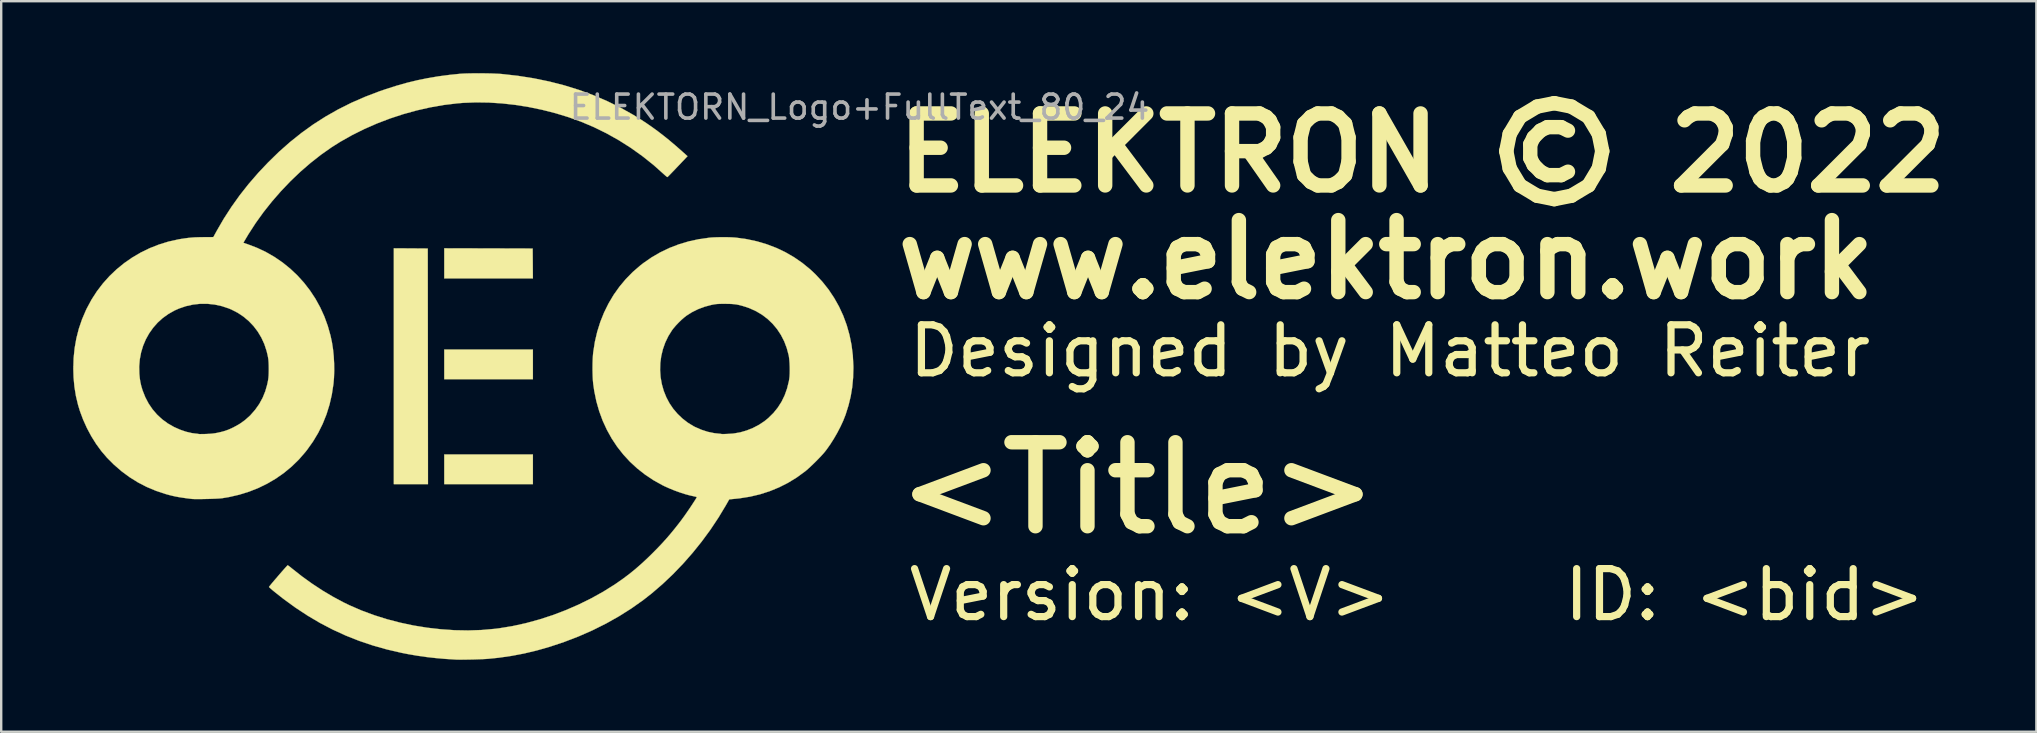
<source format=kicad_pcb>
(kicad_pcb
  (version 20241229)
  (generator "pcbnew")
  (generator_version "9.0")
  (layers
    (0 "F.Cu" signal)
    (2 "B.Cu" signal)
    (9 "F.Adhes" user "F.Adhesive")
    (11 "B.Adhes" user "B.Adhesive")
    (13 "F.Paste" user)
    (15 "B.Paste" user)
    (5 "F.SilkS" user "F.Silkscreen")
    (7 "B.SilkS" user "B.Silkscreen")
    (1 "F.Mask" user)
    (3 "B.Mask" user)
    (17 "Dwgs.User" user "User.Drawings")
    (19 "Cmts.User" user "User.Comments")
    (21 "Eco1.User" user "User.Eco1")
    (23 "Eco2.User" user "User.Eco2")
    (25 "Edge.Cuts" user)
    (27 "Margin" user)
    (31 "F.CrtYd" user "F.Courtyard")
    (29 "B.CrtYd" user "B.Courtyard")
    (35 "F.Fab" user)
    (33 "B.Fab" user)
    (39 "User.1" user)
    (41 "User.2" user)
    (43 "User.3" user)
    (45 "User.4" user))
  (footprint "ELEKTORN_Logo+FullText_80_24"
    (layer "F.Cu")
    (at 34.039 12.211)
    (property "Reference" "ELEKTORN_Logo+FullText_80_24" (at -1.27 -10.795 0) (layer "F.Fab") (effects (font (size 1 1) (thickness 0.15))))
    (attr through_hole)
    (fp_poly (pts (xy -14.882 0.542) (xy -18.576 0.542) (xy -18.576 -0.695) (xy -14.882 -0.695) (xy -14.882 0.542)) (stroke (width 0.01) (type solid)) (fill yes) (layer "F.SilkS"))
    (fp_poly (pts (xy -14.882 4.914) (xy -18.576 4.914) (xy -18.576 3.677) (xy -14.882 3.677) (xy -14.882 4.914)) (stroke (width 0.01) (type solid)) (fill yes) (layer "F.SilkS"))
    (fp_poly (pts (xy -19.97 -4.91) (xy -19.263 -4.905) (xy -19.258 0.004) (xy -19.254 4.914) (xy -20.678 4.914) (xy -20.678 -4.914) (xy -19.97 -4.91)) (stroke (width 0.01) (type solid)) (fill yes) (layer "F.SilkS"))
    (fp_poly (pts (xy -16.734 -4.91) (xy -14.891 -4.905) (xy -14.886 -4.283) (xy -14.882 -3.66) (xy -18.576 -3.66) (xy -18.576 -4.914) (xy -16.734 -4.91)) (stroke (width 0.01) (type solid)) (fill yes) (layer "F.SilkS"))
    (fp_poly (pts (xy -16.951 -12.205) (xy -16.763 -12.202) (xy -16.584 -12.198) (xy -16.419 -12.191) (xy -16.275 -12.184) (xy -16.179 -12.177) (xy -15.503 -12.101) (xy -14.843 -11.997) (xy -14.198 -11.864) (xy -13.57 -11.703) (xy -12.958 -11.513) (xy -12.365 -11.295) (xy -11.789 -11.048) (xy -11.231 -10.774) (xy -10.693 -10.472) (xy -10.414 -10.3) (xy -10.161 -10.135) (xy -9.917 -9.966) (xy -9.676 -9.791) (xy -9.436 -9.606) (xy -9.19 -9.408) (xy -8.934 -9.191) (xy -8.664 -8.954) (xy -8.53 -8.834) (xy -8.439 -8.752) (xy -8.849 -8.32) (xy -8.945 -8.219) (xy -9.034 -8.126) (xy -9.113 -8.044) (xy -9.179 -7.976) (xy -9.23 -7.925) (xy -9.263 -7.892) (xy -9.275 -7.882) (xy -9.293 -7.89) (xy -9.33 -7.917) (xy -9.377 -7.958) (xy -9.397 -7.976) (xy -9.844 -8.376) (xy -10.311 -8.749) (xy -10.796 -9.096) (xy -11.298 -9.415) (xy -11.815 -9.705) (xy -12.345 -9.965) (xy -12.886 -10.194) (xy -13.4 -10.379) (xy -13.945 -10.545) (xy -14.499 -10.686) (xy -15.056 -10.801) (xy -15.613 -10.89) (xy -16.168 -10.952) (xy -16.716 -10.987) (xy -17.254 -10.995) (xy -17.78 -10.975) (xy -18.034 -10.954) (xy -18.596 -10.886) (xy -19.161 -10.787) (xy -19.725 -10.659) (xy -20.286 -10.504) (xy -20.839 -10.322) (xy -21.381 -10.115) (xy -21.908 -9.884) (xy -22.417 -9.63) (xy -22.905 -9.355) (xy -23.27 -9.125) (xy -23.712 -8.814) (xy -24.146 -8.473) (xy -24.571 -8.105) (xy -24.982 -7.713) (xy -25.377 -7.299) (xy -25.753 -6.868) (xy -26.107 -6.423) (xy -26.436 -5.965) (xy -26.737 -5.5) (xy -26.848 -5.313) (xy -26.947 -5.144) (xy -26.765 -5.082) (xy -26.373 -4.932) (xy -25.999 -4.754) (xy -25.642 -4.548) (xy -25.305 -4.316) (xy -24.988 -4.059) (xy -24.692 -3.779) (xy -24.419 -3.477) (xy -24.169 -3.154) (xy -23.944 -2.812) (xy -23.745 -2.451) (xy -23.573 -2.074) (xy -23.43 -1.681) (xy -23.315 -1.274) (xy -23.255 -0.991) (xy -23.212 -0.715) (xy -23.182 -0.42) (xy -23.165 -0.116) (xy -23.161 0.188) (xy -23.171 0.48) (xy -23.193 0.737) (xy -23.26 1.176) (xy -23.357 1.6) (xy -23.484 2.008) (xy -23.642 2.401) (xy -23.83 2.78) (xy -24.048 3.143) (xy -24.297 3.492) (xy -24.361 3.573) (xy -24.634 3.888) (xy -24.931 4.177) (xy -25.248 4.44) (xy -25.586 4.678) (xy -25.943 4.888) (xy -26.318 5.072) (xy -26.71 5.227) (xy -27.118 5.354) (xy -27.542 5.452) (xy -27.828 5.5) (xy -27.891 5.506) (xy -27.981 5.513) (xy -28.092 5.519) (xy -28.218 5.524) (xy -28.355 5.529) (xy -28.495 5.532) (xy -28.634 5.535) (xy -28.766 5.537) (xy -28.885 5.537) (xy -28.985 5.536) (xy -29.062 5.533) (xy -29.099 5.53) (xy -29.301 5.505) (xy -29.476 5.48) (xy -29.63 5.456) (xy -29.77 5.43) (xy -29.901 5.401) (xy -30.031 5.369) (xy -30.166 5.332) (xy -30.183 5.327) (xy -30.588 5.193) (xy -30.975 5.031) (xy -31.344 4.84) (xy -31.696 4.62) (xy -32.032 4.371) (xy -32.352 4.092) (xy -32.63 3.813) (xy -32.864 3.539) (xy -33.083 3.239) (xy -33.285 2.917) (xy -33.466 2.578) (xy -33.625 2.226) (xy -33.759 1.867) (xy -33.837 1.61) (xy -33.926 1.237) (xy -33.987 0.859) (xy -34.023 0.469) (xy -34.034 0.102) (xy -34.031 0.012) (xy -31.289 0.012) (xy -31.282 0.313) (xy -31.265 0.498) (xy -31.239 0.663) (xy -31.203 0.823) (xy -31.153 0.99) (xy -31.147 1.008) (xy -31.036 1.289) (xy -30.898 1.552) (xy -30.734 1.794) (xy -30.545 2.014) (xy -30.333 2.211) (xy -30.098 2.384) (xy -29.842 2.53) (xy -29.836 2.533) (xy -29.582 2.646) (xy -29.333 2.731) (xy -29.092 2.787) (xy -28.93 2.808) (xy -28.872 2.813) (xy -28.829 2.82) (xy -28.811 2.825) (xy -28.792 2.828) (xy -28.745 2.829) (xy -28.675 2.828) (xy -28.589 2.827) (xy -28.514 2.825) (xy -28.367 2.818) (xy -28.242 2.808) (xy -28.127 2.793) (xy -28.017 2.772) (xy -27.859 2.736) (xy -27.72 2.697) (xy -27.587 2.65) (xy -27.448 2.59) (xy -27.345 2.54) (xy -27.104 2.405) (xy -26.883 2.248) (xy -26.676 2.063) (xy -26.655 2.042) (xy -26.457 1.817) (xy -26.286 1.575) (xy -26.145 1.317) (xy -26.034 1.045) (xy -25.958 0.779) (xy -25.933 0.667) (xy -25.915 0.57) (xy -25.903 0.481) (xy -25.895 0.389) (xy -25.891 0.285) (xy -25.889 0.161) (xy -25.889 0.102) (xy -25.891 -0.046) (xy -25.896 -0.169) (xy -25.905 -0.278) (xy -25.921 -0.381) (xy -25.943 -0.488) (xy -25.973 -0.608) (xy -25.982 -0.644) (xy -26.075 -0.925) (xy -26.197 -1.191) (xy -26.347 -1.441) (xy -26.522 -1.671) (xy -26.721 -1.88) (xy -26.942 -2.066) (xy -27.184 -2.227) (xy -27.444 -2.361) (xy -27.556 -2.408) (xy -27.849 -2.505) (xy -28.148 -2.57) (xy -28.449 -2.601) (xy -28.749 -2.601) (xy -29.048 -2.568) (xy -29.342 -2.502) (xy -29.63 -2.404) (xy -29.819 -2.32) (xy -30.074 -2.176) (xy -30.309 -2.007) (xy -30.521 -1.815) (xy -30.709 -1.601) (xy -30.874 -1.368) (xy -31.013 -1.118) (xy -31.125 -0.853) (xy -31.209 -0.575) (xy -31.264 -0.286) (xy -31.289 0.012) (xy -34.031 0.012) (xy -34.021 -0.335) (xy -33.978 -0.757) (xy -33.906 -1.165) (xy -33.804 -1.563) (xy -33.671 -1.953) (xy -33.506 -2.338) (xy -33.472 -2.408) (xy -33.275 -2.775) (xy -33.051 -3.122) (xy -32.801 -3.449) (xy -32.527 -3.755) (xy -32.231 -4.037) (xy -31.914 -4.296) (xy -31.577 -4.53) (xy -31.223 -4.738) (xy -30.853 -4.918) (xy -30.467 -5.07) (xy -30.069 -5.193) (xy -29.659 -5.284) (xy -29.557 -5.302) (xy -29.394 -5.327) (xy -29.248 -5.346) (xy -29.108 -5.36) (xy -28.965 -5.37) (xy -28.81 -5.375) (xy -28.631 -5.378) (xy -28.594 -5.378) (xy -28.199 -5.381) (xy -28.06 -5.635) (xy -27.762 -6.149) (xy -27.441 -6.645) (xy -27.097 -7.127) (xy -26.725 -7.598) (xy -26.324 -8.061) (xy -25.922 -8.487) (xy -25.468 -8.93) (xy -25.003 -9.341) (xy -24.525 -9.723) (xy -24.033 -10.077) (xy -23.524 -10.402) (xy -22.996 -10.702) (xy -22.449 -10.976) (xy -21.88 -11.225) (xy -21.287 -11.452) (xy -21.016 -11.545) (xy -20.567 -11.688) (xy -20.129 -11.812) (xy -19.695 -11.917) (xy -19.258 -12.006) (xy -18.811 -12.081) (xy -18.345 -12.142) (xy -17.916 -12.186) (xy -17.804 -12.193) (xy -17.665 -12.199) (xy -17.504 -12.203) (xy -17.327 -12.205) (xy -17.141 -12.206) (xy -16.951 -12.205)) (stroke (width 0.01) (type solid)) (fill yes) (layer "F.SilkS"))
    (fp_poly (pts (xy -6.79 -5.376) (xy -6.639 -5.372) (xy -6.506 -5.365) (xy -6.41 -5.357) (xy -5.969 -5.295) (xy -5.543 -5.203) (xy -5.132 -5.081) (xy -4.737 -4.93) (xy -4.358 -4.75) (xy -3.997 -4.541) (xy -3.654 -4.304) (xy -3.329 -4.039) (xy -3.11 -3.833) (xy -2.821 -3.523) (xy -2.56 -3.194) (xy -2.328 -2.847) (xy -2.124 -2.484) (xy -1.949 -2.105) (xy -1.804 -1.711) (xy -1.689 -1.304) (xy -1.604 -0.885) (xy -1.55 -0.454) (xy -1.527 -0.013) (xy -1.526 0.076) (xy -1.538 0.484) (xy -1.575 0.875) (xy -1.638 1.255) (xy -1.729 1.63) (xy -1.847 2.007) (xy -1.86 2.042) (xy -1.952 2.276) (xy -2.067 2.523) (xy -2.198 2.775) (xy -2.342 3.024) (xy -2.493 3.262) (xy -2.648 3.479) (xy -2.709 3.558) (xy -2.778 3.64) (xy -2.867 3.738) (xy -2.971 3.847) (xy -3.083 3.961) (xy -3.199 4.075) (xy -3.312 4.183) (xy -3.418 4.28) (xy -3.509 4.359) (xy -3.543 4.386) (xy -3.886 4.636) (xy -4.245 4.856) (xy -4.62 5.046) (xy -5.011 5.207) (xy -5.415 5.337) (xy -5.834 5.436) (xy -6.266 5.505) (xy -6.398 5.519) (xy -6.7 5.549) (xy -6.836 5.789) (xy -7.146 6.304) (xy -7.482 6.809) (xy -7.843 7.301) (xy -8.225 7.776) (xy -8.627 8.233) (xy -9.045 8.668) (xy -9.478 9.078) (xy -9.922 9.46) (xy -10.281 9.742) (xy -10.774 10.091) (xy -11.291 10.418) (xy -11.831 10.722) (xy -12.393 11.003) (xy -12.976 11.259) (xy -13.577 11.49) (xy -14.185 11.693) (xy -14.722 11.846) (xy -15.25 11.972) (xy -15.777 12.072) (xy -16.313 12.149) (xy -16.738 12.192) (xy -16.831 12.199) (xy -16.949 12.205) (xy -17.086 12.211) (xy -17.236 12.216) (xy -17.392 12.221) (xy -17.549 12.224) (xy -17.7 12.226) (xy -17.839 12.228) (xy -17.96 12.228) (xy -18.057 12.226) (xy -18.102 12.224) (xy -18.533 12.197) (xy -18.939 12.161) (xy -19.328 12.117) (xy -19.705 12.063) (xy -20.081 11.998) (xy -20.356 11.944) (xy -20.965 11.803) (xy -21.555 11.636) (xy -22.127 11.443) (xy -22.684 11.223) (xy -23.227 10.974) (xy -23.758 10.696) (xy -24.279 10.388) (xy -24.793 10.049) (xy -25.301 9.678) (xy -25.663 9.391) (xy -25.736 9.331) (xy -25.798 9.277) (xy -25.845 9.235) (xy -25.873 9.207) (xy -25.88 9.199) (xy -25.869 9.182) (xy -25.839 9.144) (xy -25.793 9.087) (xy -25.734 9.016) (xy -25.665 8.934) (xy -25.588 8.845) (xy -25.509 8.752) (xy -25.428 8.658) (xy -25.35 8.568) (xy -25.277 8.485) (xy -25.213 8.413) (xy -25.16 8.355) (xy -25.123 8.315) (xy -25.103 8.295) (xy -25.101 8.294) (xy -25.082 8.305) (xy -25.043 8.333) (xy -24.989 8.374) (xy -24.926 8.426) (xy -24.916 8.434) (xy -24.509 8.755) (xy -24.084 9.061) (xy -23.647 9.348) (xy -23.204 9.611) (xy -22.761 9.848) (xy -22.529 9.96) (xy -22.028 10.178) (xy -21.506 10.372) (xy -20.967 10.542) (xy -20.415 10.686) (xy -19.854 10.805) (xy -19.286 10.897) (xy -18.716 10.962) (xy -18.147 11.001) (xy -17.582 11.011) (xy -17.025 10.993) (xy -16.48 10.945) (xy -16.28 10.92) (xy -15.728 10.829) (xy -15.172 10.707) (xy -14.614 10.554) (xy -14.06 10.374) (xy -13.513 10.166) (xy -12.977 9.933) (xy -12.456 9.676) (xy -11.953 9.397) (xy -11.473 9.097) (xy -11.451 9.082) (xy -11.163 8.882) (xy -10.888 8.677) (xy -10.62 8.461) (xy -10.354 8.228) (xy -10.083 7.975) (xy -9.891 7.787) (xy -9.676 7.569) (xy -9.482 7.364) (xy -9.302 7.164) (xy -9.128 6.961) (xy -8.955 6.749) (xy -8.775 6.519) (xy -8.695 6.414) (xy -8.635 6.331) (xy -8.566 6.237) (xy -8.494 6.133) (xy -8.419 6.026) (xy -8.345 5.917) (xy -8.274 5.811) (xy -8.209 5.712) (xy -8.152 5.624) (xy -8.105 5.55) (xy -8.072 5.495) (xy -8.056 5.462) (xy -8.054 5.456) (xy -8.069 5.446) (xy -8.109 5.435) (xy -8.166 5.423) (xy -8.168 5.422) (xy -8.349 5.382) (xy -8.55 5.327) (xy -8.763 5.258) (xy -8.981 5.179) (xy -9.194 5.092) (xy -9.397 5.001) (xy -9.485 4.957) (xy -9.857 4.75) (xy -10.206 4.518) (xy -10.533 4.261) (xy -10.836 3.982) (xy -11.114 3.68) (xy -11.368 3.358) (xy -11.596 3.015) (xy -11.797 2.653) (xy -11.972 2.274) (xy -12.118 1.878) (xy -12.236 1.466) (xy -12.324 1.04) (xy -12.368 0.737) (xy -12.381 0.598) (xy -12.39 0.435) (xy -12.395 0.255) (xy -12.396 0.159) (xy -9.581 0.159) (xy -9.561 0.452) (xy -9.51 0.742) (xy -9.43 1.026) (xy -9.319 1.301) (xy -9.191 1.542) (xy -9.036 1.771) (xy -8.854 1.985) (xy -8.65 2.18) (xy -8.428 2.352) (xy -8.193 2.496) (xy -8.13 2.529) (xy -7.861 2.647) (xy -7.592 2.734) (xy -7.327 2.789) (xy -7.164 2.807) (xy -7.1 2.813) (xy -7.05 2.819) (xy -7.022 2.824) (xy -7.02 2.825) (xy -7.001 2.828) (xy -6.955 2.828) (xy -6.89 2.826) (xy -6.811 2.823) (xy -6.728 2.819) (xy -6.645 2.814) (xy -6.571 2.809) (xy -6.513 2.803) (xy -6.512 2.803) (xy -6.242 2.756) (xy -5.974 2.678) (xy -5.712 2.573) (xy -5.464 2.444) (xy -5.234 2.292) (xy -5.075 2.163) (xy -4.861 1.952) (xy -4.676 1.724) (xy -4.52 1.479) (xy -4.391 1.214) (xy -4.29 0.93) (xy -4.215 0.626) (xy -4.199 0.534) (xy -4.187 0.433) (xy -4.18 0.308) (xy -4.178 0.167) (xy -4.18 0.018) (xy -4.186 -0.13) (xy -4.197 -0.268) (xy -4.211 -0.388) (xy -4.223 -0.458) (xy -4.303 -0.757) (xy -4.41 -1.039) (xy -4.545 -1.302) (xy -4.705 -1.545) (xy -4.89 -1.767) (xy -5.098 -1.966) (xy -5.328 -2.142) (xy -5.579 -2.291) (xy -5.85 -2.415) (xy -6.038 -2.48) (xy -6.17 -2.52) (xy -6.286 -2.55) (xy -6.394 -2.572) (xy -6.502 -2.586) (xy -6.619 -2.595) (xy -6.753 -2.599) (xy -6.885 -2.6) (xy -7.008 -2.6) (xy -7.105 -2.598) (xy -7.184 -2.594) (xy -7.252 -2.588) (xy -7.317 -2.579) (xy -7.387 -2.566) (xy -7.45 -2.553) (xy -7.728 -2.479) (xy -7.997 -2.378) (xy -8.251 -2.252) (xy -8.482 -2.106) (xy -8.584 -2.026) (xy -8.698 -1.926) (xy -8.813 -1.813) (xy -8.923 -1.697) (xy -9.02 -1.584) (xy -9.082 -1.503) (xy -9.239 -1.252) (xy -9.366 -0.987) (xy -9.464 -0.71) (xy -9.533 -0.425) (xy -9.572 -0.134) (xy -9.581 0.159) (xy -12.396 0.159) (xy -12.397 0.066) (xy -12.395 -0.121) (xy -12.389 -0.3) (xy -12.379 -0.461) (xy -12.367 -0.585) (xy -12.299 -1.02) (xy -12.2 -1.442) (xy -12.072 -1.849) (xy -11.915 -2.24) (xy -11.73 -2.615) (xy -11.518 -2.972) (xy -11.278 -3.31) (xy -11.012 -3.629) (xy -10.721 -3.926) (xy -10.404 -4.2) (xy -10.278 -4.298) (xy -9.932 -4.538) (xy -9.569 -4.748) (xy -9.189 -4.93) (xy -8.793 -5.082) (xy -8.383 -5.204) (xy -7.96 -5.295) (xy -7.525 -5.356) (xy -7.517 -5.357) (xy -7.403 -5.366) (xy -7.265 -5.372) (xy -7.111 -5.376) (xy -6.95 -5.377) (xy -6.79 -5.376)) (stroke (width 0.01) (type solid)) (fill yes) (layer "F.SilkS"))
    (fp_text user "www.elektron.work" (at 0 -4.445 0) (layer "F.SilkS") (effects (font (size 3 3) (thickness 0.6)) (justify left)))
    (fp_text user "<Title>" (at 0 5.08 0) (layer "F.SilkS") (effects (font (size 3.5 3.5) (thickness 0.6)) (justify left)))
    (fp_text user "Designed by Matteo Reiter" (at 0.635 -0.635 0) (layer "F.SilkS") (effects (font (size 2 2) (thickness 0.3)) (justify left)))
    (fp_text user "Version: <V>" (at 0.635 9.525 0) (layer "F.SilkS") (effects (font (size 2 2) (thickness 0.3)) (justify left)))
    (fp_text user "ID: <bid>" (at 27.94 9.525 0) (layer "F.SilkS") (effects (font (size 2 2) (thickness 0.3)) (justify left)))
    (fp_text user "ELEKTRON © 2022" (at 0 -8.89 0) (layer "F.SilkS") (effects (font (size 3 3) (thickness 0.6)) (justify left))))
  (gr_rect
    (start -3 -3)
    (end 81.811 27.444)
    (stroke (width 0.1) (type default))
    (fill no)
    (layer "Edge.Cuts")))
</source>
